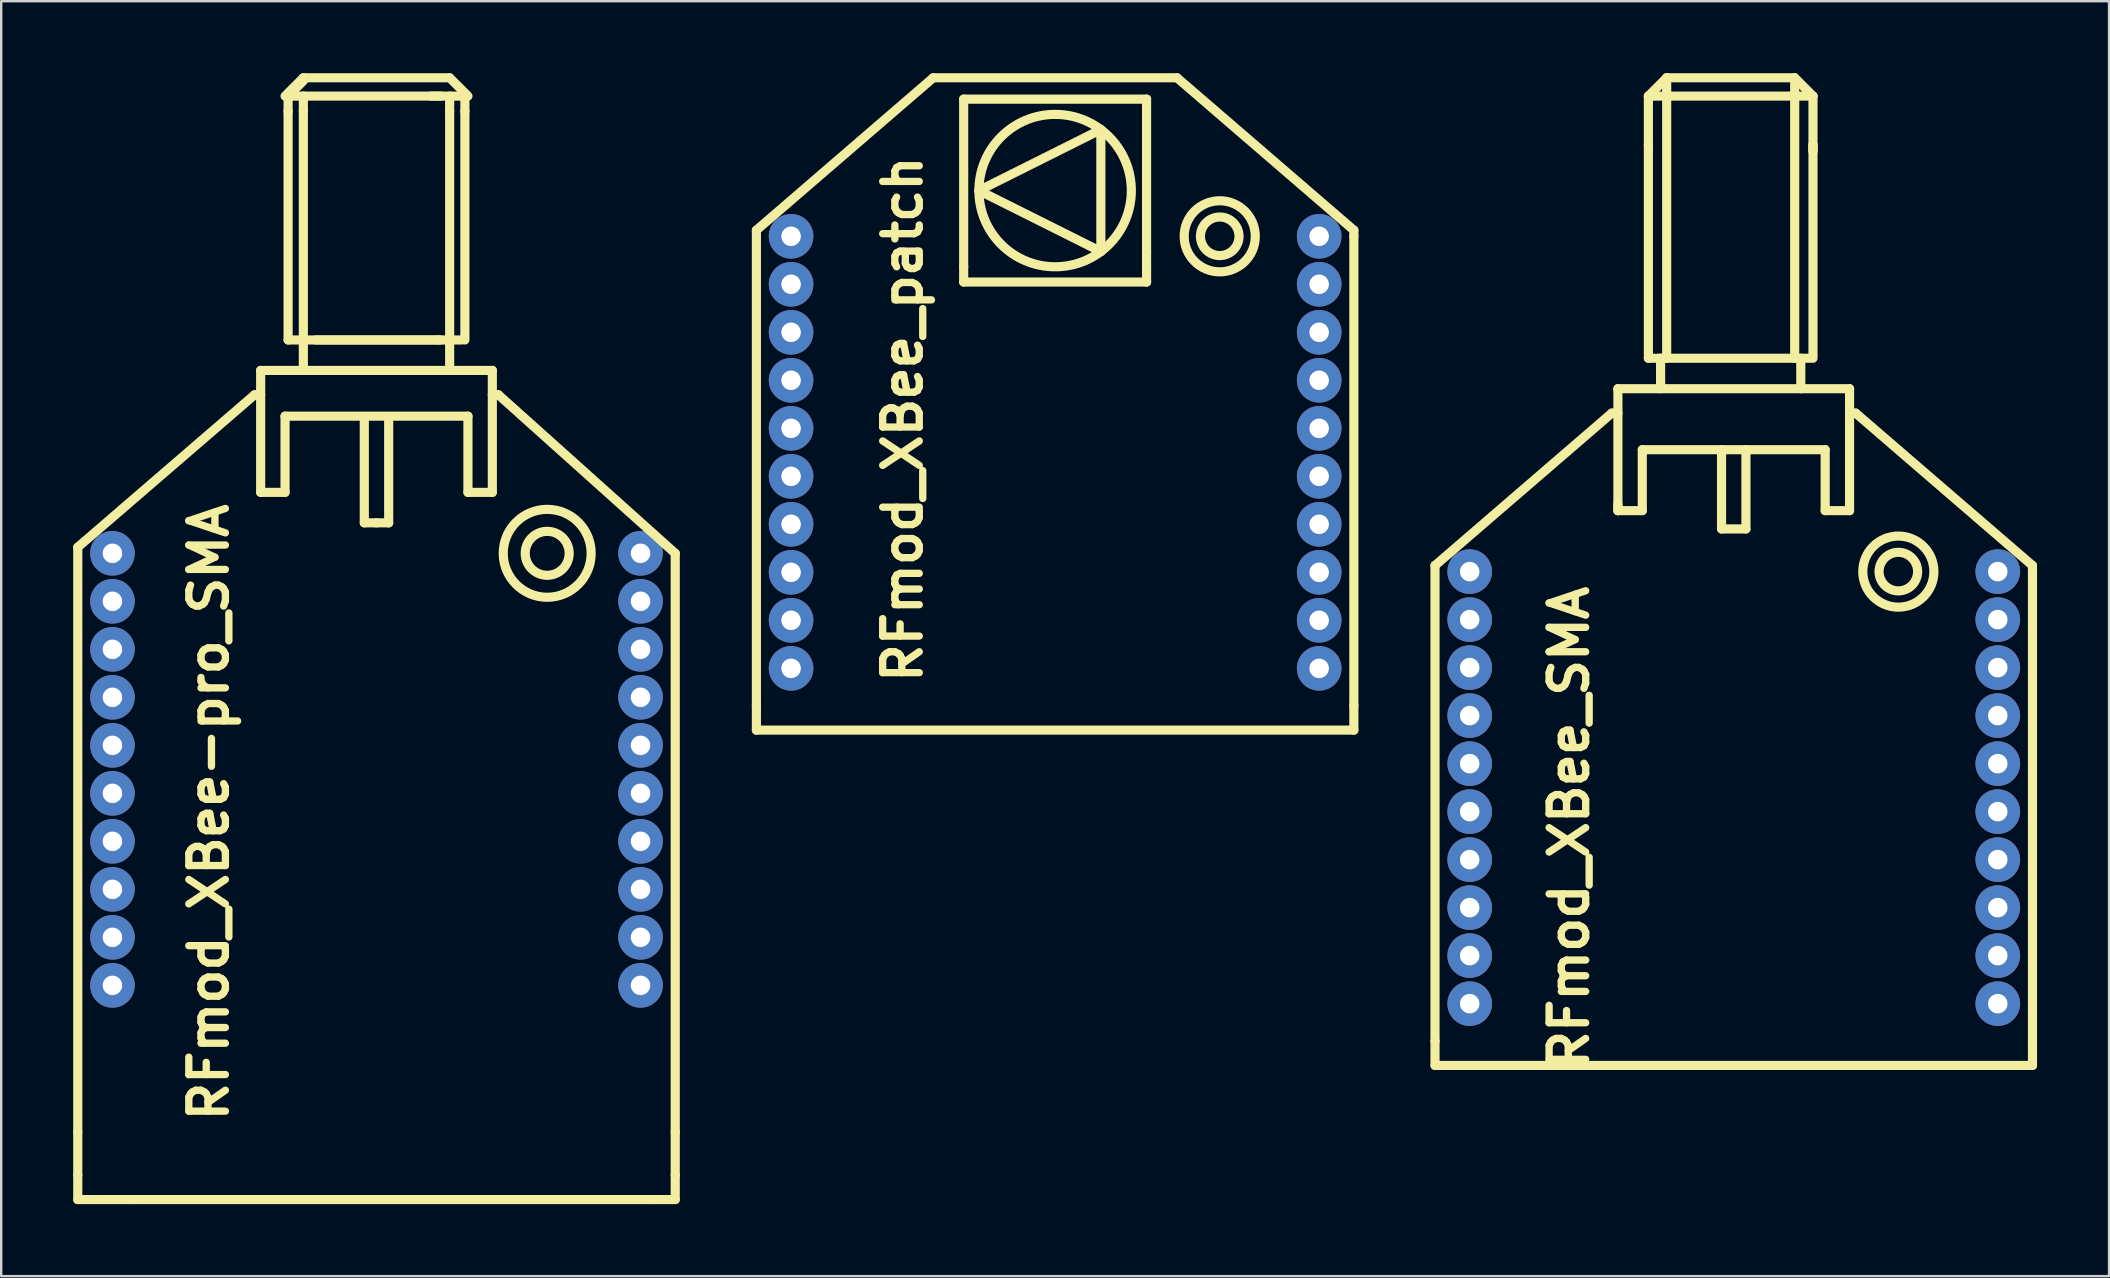
<source format=kicad_pcb>
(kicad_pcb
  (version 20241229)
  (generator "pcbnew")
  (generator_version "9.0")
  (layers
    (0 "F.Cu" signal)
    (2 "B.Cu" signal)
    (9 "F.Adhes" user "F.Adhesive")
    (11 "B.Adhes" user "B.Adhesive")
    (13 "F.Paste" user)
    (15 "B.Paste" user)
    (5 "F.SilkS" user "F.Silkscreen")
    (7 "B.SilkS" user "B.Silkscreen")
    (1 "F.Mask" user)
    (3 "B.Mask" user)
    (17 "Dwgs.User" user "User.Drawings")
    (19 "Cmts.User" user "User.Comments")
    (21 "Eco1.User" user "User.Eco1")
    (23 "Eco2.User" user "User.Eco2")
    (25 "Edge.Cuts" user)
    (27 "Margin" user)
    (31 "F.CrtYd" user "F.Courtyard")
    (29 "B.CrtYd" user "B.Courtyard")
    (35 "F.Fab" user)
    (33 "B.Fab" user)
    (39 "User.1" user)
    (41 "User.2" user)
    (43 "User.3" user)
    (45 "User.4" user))
  (footprint "RFmod_XBee_patch"
    (layer "F.Cu")
    (at 40.91 6.795)
    (property "Reference" "RFmod_XBee_patch" (at -6.35 7.62 90) (layer "F.SilkS") (effects (font (size 1.524 1.524) (thickness 0.305))))
    (attr through_hole)
    (fp_line (start -12.446 -0.254) (end -5.08 -6.604) (stroke (width 0.381) (type solid)) (layer "F.SilkS"))
    (fp_line (start -12.446 19.558) (end -12.446 -0.254) (stroke (width 0.381) (type solid)) (layer "F.SilkS"))
    (fp_line (start -12.446 19.558) (end -12.446 20.574) (stroke (width 0.381) (type solid)) (layer "F.SilkS"))
    (fp_line (start -12.446 20.574) (end 12.446 20.574) (stroke (width 0.381) (type solid)) (layer "F.SilkS"))
    (fp_line (start -5.08 -6.604) (end 5.08 -6.604) (stroke (width 0.381) (type solid)) (layer "F.SilkS"))
    (fp_line (start -3.81 -5.715) (end 3.81 -5.715) (stroke (width 0.381) (type solid)) (layer "F.SilkS"))
    (fp_line (start -3.81 1.27) (end -3.81 -5.715) (stroke (width 0.381) (type solid)) (layer "F.SilkS"))
    (fp_line (start -3.81 1.905) (end -3.81 1.27) (stroke (width 0.381) (type solid)) (layer "F.SilkS"))
    (fp_line (start -3.175 -1.905) (end 1.905 -4.445) (stroke (width 0.381) (type solid)) (layer "F.SilkS"))
    (fp_line (start 1.905 -4.445) (end 1.905 0.635) (stroke (width 0.381) (type solid)) (layer "F.SilkS"))
    (fp_line (start 1.905 0.635) (end -3.175 -1.905) (stroke (width 0.381) (type solid)) (layer "F.SilkS"))
    (fp_line (start 3.81 -5.715) (end 3.81 0.635) (stroke (width 0.381) (type solid)) (layer "F.SilkS"))
    (fp_line (start 3.81 0.635) (end 3.81 1.27) (stroke (width 0.381) (type solid)) (layer "F.SilkS"))
    (fp_line (start 3.81 1.905) (end -3.81 1.905) (stroke (width 0.381) (type solid)) (layer "F.SilkS"))
    (fp_line (start 3.81 1.905) (end 3.81 1.27) (stroke (width 0.381) (type solid)) (layer "F.SilkS"))
    (fp_line (start 12.446 -0.254) (end 5.08 -6.604) (stroke (width 0.381) (type solid)) (layer "F.SilkS"))
    (fp_line (start 12.446 0) (end 12.446 -0.254) (stroke (width 0.381) (type solid)) (layer "F.SilkS"))
    (fp_line (start 12.446 19.558) (end 12.446 0) (stroke (width 0.381) (type solid)) (layer "F.SilkS"))
    (fp_line (start 12.446 19.558) (end 12.446 20.574) (stroke (width 0.381) (type solid)) (layer "F.SilkS"))
    (fp_circle (center 0 -1.905) (end 2.54 -3.81) (stroke (width 0.381) (type solid)) (fill no) (layer "F.SilkS"))
    (fp_circle (center 6.858 0) (end 7.62 0.254) (stroke (width 0.381) (type solid)) (fill no) (layer "F.SilkS"))
    (fp_circle (center 6.858 0) (end 8.128 0.762) (stroke (width 0.381) (type solid)) (fill no) (layer "F.SilkS"))
    (pad "1" thru_hole circle (at -11.001 0) (size 1.859 1.859) (drill 0.813) (layers "*.Cu"))
    (pad "2" thru_hole circle (at -11.001 1.999) (size 1.859 1.859) (drill 0.813) (layers "*.Cu"))
    (pad "3" thru_hole circle (at -11.001 4) (size 1.859 1.859) (drill 0.813) (layers "*.Cu"))
    (pad "4" thru_hole circle (at -11.001 5.999) (size 1.859 1.859) (drill 0.813) (layers "*.Cu"))
    (pad "5" thru_hole circle (at -11.001 8.001) (size 1.859 1.859) (drill 0.813) (layers "*.Cu"))
    (pad "6" thru_hole circle (at -11.001 10) (size 1.859 1.859) (drill 0.813) (layers "*.Cu"))
    (pad "7" thru_hole circle (at -11.001 11.999) (size 1.859 1.859) (drill 0.813) (layers "*.Cu"))
    (pad "8" thru_hole circle (at -11.001 14) (size 1.859 1.859) (drill 0.813) (layers "*.Cu"))
    (pad "9" thru_hole circle (at -11.001 15.999) (size 1.859 1.859) (drill 0.813) (layers "*.Cu"))
    (pad "10" thru_hole circle (at -11.001 18.001) (size 1.859 1.859) (drill 0.813) (layers "*.Cu"))
    (pad "11" thru_hole circle (at 11.001 18.001) (size 1.859 1.859) (drill 0.813) (layers "*.Cu"))
    (pad "12" thru_hole circle (at 11.001 15.999) (size 1.859 1.859) (drill 0.813) (layers "*.Cu"))
    (pad "13" thru_hole circle (at 11.001 14) (size 1.859 1.859) (drill 0.813) (layers "*.Cu"))
    (pad "14" thru_hole circle (at 11.001 11.999) (size 1.859 1.859) (drill 0.813) (layers "*.Cu"))
    (pad "15" thru_hole circle (at 11.001 10) (size 1.859 1.859) (drill 0.813) (layers "*.Cu"))
    (pad "16" thru_hole circle (at 11.001 8.001) (size 1.859 1.859) (drill 0.813) (layers "*.Cu"))
    (pad "17" thru_hole circle (at 11.001 5.999) (size 1.859 1.859) (drill 0.813) (layers "*.Cu"))
    (pad "18" thru_hole circle (at 11.001 4) (size 1.859 1.859) (drill 0.813) (layers "*.Cu"))
    (pad "19" thru_hole circle (at 11.001 1.999) (size 1.859 1.859) (drill 0.813) (layers "*.Cu"))
    (pad "20" thru_hole circle (at 11.001 0) (size 1.859 1.859) (drill 0.813) (layers "*.Cu")))
  (footprint "RFmod_XBee-pro_SMA"
    (layer "F.Cu")
    (at 12.636 20.003)
    (property "Reference" "RFmod_XBee-pro_SMA" (at -6.985 10.795 90) (layer "F.SilkS") (effects (font (size 1.524 1.524) (thickness 0.305))))
    (attr through_hole)
    (fp_line (start -12.446 -0.254) (end -5.08 -6.604) (stroke (width 0.381) (type solid)) (layer "F.SilkS"))
    (fp_line (start -12.446 24.13) (end -12.446 -0.254) (stroke (width 0.381) (type solid)) (layer "F.SilkS"))
    (fp_line (start -12.446 24.13) (end -12.446 25.908) (stroke (width 0.381) (type solid)) (layer "F.SilkS"))
    (fp_line (start -12.446 25.908) (end -12.446 26.924) (stroke (width 0.381) (type solid)) (layer "F.SilkS"))
    (fp_line (start -10.16 26.924) (end -12.446 26.924) (stroke (width 0.381) (type solid)) (layer "F.SilkS"))
    (fp_line (start -10.16 26.924) (end 11.43 26.924) (stroke (width 0.381) (type solid)) (layer "F.SilkS"))
    (fp_line (start -5.08 -6.604) (end -4.826 -6.604) (stroke (width 0.381) (type solid)) (layer "F.SilkS"))
    (fp_line (start -4.826 -7.62) (end 4.826 -7.62) (stroke (width 0.381) (type solid)) (layer "F.SilkS"))
    (fp_line (start -4.826 -2.54) (end -4.826 -7.62) (stroke (width 0.381) (type solid)) (layer "F.SilkS"))
    (fp_line (start -3.81 -5.715) (end 3.81 -5.715) (stroke (width 0.381) (type solid)) (layer "F.SilkS"))
    (fp_line (start -3.81 -2.54) (end -4.826 -2.54) (stroke (width 0.381) (type solid)) (layer "F.SilkS"))
    (fp_line (start -3.81 -2.54) (end -3.81 -5.715) (stroke (width 0.381) (type solid)) (layer "F.SilkS"))
    (fp_line (start -3.683 -19.05) (end 2.667 -19.05) (stroke (width 0.381) (type solid)) (layer "F.SilkS"))
    (fp_line (start -3.683 -18.415) (end -3.683 -19.05) (stroke (width 0.381) (type solid)) (layer "F.SilkS"))
    (fp_line (start -3.683 -18.415) (end -3.683 -8.89) (stroke (width 0.381) (type solid)) (layer "F.SilkS"))
    (fp_line (start -3.683 -8.89) (end 2.667 -8.89) (stroke (width 0.381) (type solid)) (layer "F.SilkS"))
    (fp_line (start -3.048 -19.812) (end -3.81 -19.05) (stroke (width 0.381) (type solid)) (layer "F.SilkS"))
    (fp_line (start -3.048 -19.685) (end -3.683 -19.05) (stroke (width 0.381) (type solid)) (layer "F.SilkS"))
    (fp_line (start -3.048 -18.415) (end -3.048 -19.05) (stroke (width 0.381) (type solid)) (layer "F.SilkS"))
    (fp_line (start -3.048 -18.415) (end -3.048 -8.89) (stroke (width 0.381) (type solid)) (layer "F.SilkS"))
    (fp_line (start -3.048 -7.62) (end -3.048 -8.89) (stroke (width 0.381) (type solid)) (layer "F.SilkS"))
    (fp_line (start -0.508 -1.27) (end -0.508 -5.588) (stroke (width 0.381) (type solid)) (layer "F.SilkS"))
    (fp_line (start 0 -1.27) (end -0.508 -1.27) (stroke (width 0.381) (type solid)) (layer "F.SilkS"))
    (fp_line (start 0.508 -5.588) (end 0.508 -1.27) (stroke (width 0.381) (type solid)) (layer "F.SilkS"))
    (fp_line (start 0.508 -1.27) (end 0 -1.27) (stroke (width 0.381) (type solid)) (layer "F.SilkS"))
    (fp_line (start 2.54 -8.89) (end -2.54 -8.89) (stroke (width 0.381) (type solid)) (layer "F.SilkS"))
    (fp_line (start 2.54 -8.89) (end 3.556 -8.89) (stroke (width 0.381) (type solid)) (layer "F.SilkS"))
    (fp_line (start 3.048 -19.812) (end -3.048 -19.812) (stroke (width 0.381) (type solid)) (layer "F.SilkS"))
    (fp_line (start 3.048 -18.415) (end 3.048 -19.05) (stroke (width 0.381) (type solid)) (layer "F.SilkS"))
    (fp_line (start 3.048 -18.415) (end 3.048 -8.89) (stroke (width 0.381) (type solid)) (layer "F.SilkS"))
    (fp_line (start 3.048 -8.89) (end 3.048 -7.62) (stroke (width 0.381) (type solid)) (layer "F.SilkS"))
    (fp_line (start 3.556 -19.05) (end 2.286 -19.05) (stroke (width 0.381) (type solid)) (layer "F.SilkS"))
    (fp_line (start 3.683 -18.415) (end 3.683 -19.05) (stroke (width 0.381) (type solid)) (layer "F.SilkS"))
    (fp_line (start 3.683 -8.89) (end 3.683 -18.415) (stroke (width 0.381) (type solid)) (layer "F.SilkS"))
    (fp_line (start 3.81 -19.05) (end 3.048 -19.812) (stroke (width 0.381) (type solid)) (layer "F.SilkS"))
    (fp_line (start 3.81 -5.715) (end 3.81 -2.54) (stroke (width 0.381) (type solid)) (layer "F.SilkS"))
    (fp_line (start 4.826 -2.54) (end 3.81 -2.54) (stroke (width 0.381) (type solid)) (layer "F.SilkS"))
    (fp_line (start 4.826 -2.54) (end 4.826 -7.62) (stroke (width 0.381) (type solid)) (layer "F.SilkS"))
    (fp_line (start 5.08 -6.604) (end 4.826 -6.604) (stroke (width 0.381) (type solid)) (layer "F.SilkS"))
    (fp_line (start 5.08 -6.604) (end 12.446 0) (stroke (width 0.381) (type solid)) (layer "F.SilkS"))
    (fp_line (start 11.43 26.924) (end 12.446 26.924) (stroke (width 0.381) (type solid)) (layer "F.SilkS"))
    (fp_line (start 12.446 0) (end 12.446 24.13) (stroke (width 0.381) (type solid)) (layer "F.SilkS"))
    (fp_line (start 12.446 24.13) (end 12.446 25.908) (stroke (width 0.381) (type solid)) (layer "F.SilkS"))
    (fp_line (start 12.446 25.908) (end 12.446 26.924) (stroke (width 0.381) (type solid)) (layer "F.SilkS"))
    (fp_circle (center 7.112 0) (end 7.874 0.508) (stroke (width 0.381) (type solid)) (fill no) (layer "F.SilkS"))
    (fp_circle (center 7.112 0) (end 8.636 1.016) (stroke (width 0.381) (type solid)) (fill no) (layer "F.SilkS"))
    (pad "1" thru_hole circle (at -11.001 0) (size 1.859 1.859) (drill 0.813) (layers "*.Cu"))
    (pad "2" thru_hole circle (at -11.001 1.999) (size 1.859 1.859) (drill 0.813) (layers "*.Cu"))
    (pad "3" thru_hole circle (at -11.001 4) (size 1.859 1.859) (drill 0.813) (layers "*.Cu"))
    (pad "4" thru_hole circle (at -11.001 5.999) (size 1.859 1.859) (drill 0.813) (layers "*.Cu"))
    (pad "5" thru_hole circle (at -11.001 8.001) (size 1.859 1.859) (drill 0.813) (layers "*.Cu"))
    (pad "6" thru_hole circle (at -11.001 10) (size 1.859 1.859) (drill 0.813) (layers "*.Cu"))
    (pad "7" thru_hole circle (at -11.001 11.999) (size 1.859 1.859) (drill 0.813) (layers "*.Cu"))
    (pad "8" thru_hole circle (at -11.001 14) (size 1.859 1.859) (drill 0.813) (layers "*.Cu"))
    (pad "9" thru_hole circle (at -11.001 15.999) (size 1.859 1.859) (drill 0.813) (layers "*.Cu"))
    (pad "10" thru_hole circle (at -11.001 18.001) (size 1.859 1.859) (drill 0.813) (layers "*.Cu"))
    (pad "11" thru_hole circle (at 11.001 18.001) (size 1.859 1.859) (drill 0.813) (layers "*.Cu"))
    (pad "12" thru_hole circle (at 11.001 15.999) (size 1.859 1.859) (drill 0.813) (layers "*.Cu"))
    (pad "13" thru_hole circle (at 11.001 14) (size 1.859 1.859) (drill 0.813) (layers "*.Cu"))
    (pad "14" thru_hole circle (at 11.001 11.999) (size 1.859 1.859) (drill 0.813) (layers "*.Cu"))
    (pad "15" thru_hole circle (at 11.001 10) (size 1.859 1.859) (drill 0.813) (layers "*.Cu"))
    (pad "16" thru_hole circle (at 11.001 8.001) (size 1.859 1.859) (drill 0.813) (layers "*.Cu"))
    (pad "17" thru_hole circle (at 11.001 5.999) (size 1.859 1.859) (drill 0.813) (layers "*.Cu"))
    (pad "18" thru_hole circle (at 11.001 4) (size 1.859 1.859) (drill 0.813) (layers "*.Cu"))
    (pad "19" thru_hole circle (at 11.001 1.999) (size 1.859 1.859) (drill 0.813) (layers "*.Cu"))
    (pad "20" thru_hole circle (at 11.001 0) (size 1.859 1.859) (drill 0.813) (layers "*.Cu")))
  (footprint "RFmod_XBee_SMA"
    (layer "F.Cu")
    (at 69.183 20.765)
    (property "Reference" "RFmod_XBee_SMA" (at -6.858 10.668 90) (layer "F.SilkS") (effects (font (size 1.524 1.524) (thickness 0.305))))
    (attr through_hole)
    (fp_line (start -12.446 -0.254) (end -5.08 -6.604) (stroke (width 0.381) (type solid)) (layer "F.SilkS"))
    (fp_line (start -12.446 19.558) (end -12.446 -0.254) (stroke (width 0.381) (type solid)) (layer "F.SilkS"))
    (fp_line (start -12.446 19.558) (end -12.446 20.574) (stroke (width 0.381) (type solid)) (layer "F.SilkS"))
    (fp_line (start -12.446 20.574) (end 12.446 20.574) (stroke (width 0.381) (type solid)) (layer "F.SilkS"))
    (fp_line (start -5.08 -6.604) (end -4.826 -6.604) (stroke (width 0.381) (type solid)) (layer "F.SilkS"))
    (fp_line (start -4.826 -7.62) (end 4.826 -7.62) (stroke (width 0.381) (type solid)) (layer "F.SilkS"))
    (fp_line (start -4.826 -2.794) (end -4.826 -2.54) (stroke (width 0.381) (type solid)) (layer "F.SilkS"))
    (fp_line (start -4.826 -2.54) (end -4.826 -7.62) (stroke (width 0.381) (type solid)) (layer "F.SilkS"))
    (fp_line (start -4.826 -2.54) (end -3.81 -2.54) (stroke (width 0.381) (type solid)) (layer "F.SilkS"))
    (fp_line (start -3.81 -5.08) (end 3.81 -5.08) (stroke (width 0.381) (type solid)) (layer "F.SilkS"))
    (fp_line (start -3.81 -2.54) (end -3.81 -5.08) (stroke (width 0.381) (type solid)) (layer "F.SilkS"))
    (fp_line (start -3.556 -19.812) (end -2.794 -20.574) (stroke (width 0.381) (type solid)) (layer "F.SilkS"))
    (fp_line (start -3.556 -17.78) (end -3.556 -19.812) (stroke (width 0.381) (type solid)) (layer "F.SilkS"))
    (fp_line (start -3.556 -17.78) (end -3.556 -8.89) (stroke (width 0.381) (type solid)) (layer "F.SilkS"))
    (fp_line (start -3.302 -8.89) (end -3.556 -8.89) (stroke (width 0.381) (type solid)) (layer "F.SilkS"))
    (fp_line (start -3.175 -8.89) (end 3.175 -8.89) (stroke (width 0.381) (type solid)) (layer "F.SilkS"))
    (fp_line (start -3.048 -8.89) (end -3.048 -7.874) (stroke (width 0.381) (type solid)) (layer "F.SilkS"))
    (fp_line (start -3.048 -7.874) (end -3.048 -7.62) (stroke (width 0.381) (type solid)) (layer "F.SilkS"))
    (fp_line (start -2.794 -20.574) (end -2.794 -8.89) (stroke (width 0.381) (type solid)) (layer "F.SilkS"))
    (fp_line (start -2.794 -20.574) (end 2.54 -20.574) (stroke (width 0.381) (type solid)) (layer "F.SilkS"))
    (fp_line (start -0.508 -2.54) (end -0.508 -5.08) (stroke (width 0.381) (type solid)) (layer "F.SilkS"))
    (fp_line (start -0.508 -2.54) (end -0.508 -1.778) (stroke (width 0.381) (type solid)) (layer "F.SilkS"))
    (fp_line (start -0.508 -1.778) (end 0.508 -1.778) (stroke (width 0.381) (type solid)) (layer "F.SilkS"))
    (fp_line (start 0.508 -1.778) (end 0.508 -5.08) (stroke (width 0.381) (type solid)) (layer "F.SilkS"))
    (fp_line (start 2.54 -20.574) (end 2.54 -8.89) (stroke (width 0.381) (type solid)) (layer "F.SilkS"))
    (fp_line (start 2.54 -20.574) (end 3.302 -19.812) (stroke (width 0.381) (type solid)) (layer "F.SilkS"))
    (fp_line (start 2.794 -8.89) (end 2.794 -7.62) (stroke (width 0.381) (type solid)) (layer "F.SilkS"))
    (fp_line (start 3.302 -19.812) (end -3.556 -19.812) (stroke (width 0.381) (type solid)) (layer "F.SilkS"))
    (fp_line (start 3.302 -19.812) (end 3.302 -17.526) (stroke (width 0.381) (type solid)) (layer "F.SilkS"))
    (fp_line (start 3.302 -17.78) (end 3.302 -8.89) (stroke (width 0.381) (type solid)) (layer "F.SilkS"))
    (fp_line (start 3.302 -17.526) (end 3.302 -17.78) (stroke (width 0.381) (type solid)) (layer "F.SilkS"))
    (fp_line (start 3.81 -5.08) (end 3.81 -2.54) (stroke (width 0.381) (type solid)) (layer "F.SilkS"))
    (fp_line (start 4.826 -7.62) (end 4.826 -2.54) (stroke (width 0.381) (type solid)) (layer "F.SilkS"))
    (fp_line (start 4.826 -2.54) (end 3.81 -2.54) (stroke (width 0.381) (type solid)) (layer "F.SilkS"))
    (fp_line (start 5.08 -6.604) (end 4.826 -6.604) (stroke (width 0.381) (type solid)) (layer "F.SilkS"))
    (fp_line (start 12.446 -0.254) (end 5.08 -6.604) (stroke (width 0.381) (type solid)) (layer "F.SilkS"))
    (fp_line (start 12.446 0) (end 12.446 -0.254) (stroke (width 0.381) (type solid)) (layer "F.SilkS"))
    (fp_line (start 12.446 19.558) (end 12.446 0) (stroke (width 0.381) (type solid)) (layer "F.SilkS"))
    (fp_line (start 12.446 19.558) (end 12.446 20.574) (stroke (width 0.381) (type solid)) (layer "F.SilkS"))
    (fp_circle (center 6.858 0) (end 7.62 0.254) (stroke (width 0.381) (type solid)) (fill no) (layer "F.SilkS"))
    (fp_circle (center 6.858 0) (end 8.128 0.762) (stroke (width 0.381) (type solid)) (fill no) (layer "F.SilkS"))
    (pad "1" thru_hole circle (at -11.001 0) (size 1.859 1.859) (drill 0.813) (layers "*.Cu"))
    (pad "2" thru_hole circle (at -11.001 1.999) (size 1.859 1.859) (drill 0.813) (layers "*.Cu"))
    (pad "3" thru_hole circle (at -11.001 4) (size 1.859 1.859) (drill 0.813) (layers "*.Cu"))
    (pad "4" thru_hole circle (at -11.001 5.999) (size 1.859 1.859) (drill 0.813) (layers "*.Cu"))
    (pad "5" thru_hole circle (at -11.001 8.001) (size 1.859 1.859) (drill 0.813) (layers "*.Cu"))
    (pad "6" thru_hole circle (at -11.001 10) (size 1.859 1.859) (drill 0.813) (layers "*.Cu"))
    (pad "7" thru_hole circle (at -11.001 11.999) (size 1.859 1.859) (drill 0.813) (layers "*.Cu"))
    (pad "8" thru_hole circle (at -11.001 14) (size 1.859 1.859) (drill 0.813) (layers "*.Cu"))
    (pad "9" thru_hole circle (at -11.001 15.999) (size 1.859 1.859) (drill 0.813) (layers "*.Cu"))
    (pad "10" thru_hole circle (at -11.001 18.001) (size 1.859 1.859) (drill 0.813) (layers "*.Cu"))
    (pad "11" thru_hole circle (at 11.001 18.001) (size 1.859 1.859) (drill 0.813) (layers "*.Cu"))
    (pad "12" thru_hole circle (at 11.001 15.999) (size 1.859 1.859) (drill 0.813) (layers "*.Cu"))
    (pad "13" thru_hole circle (at 11.001 14) (size 1.859 1.859) (drill 0.813) (layers "*.Cu"))
    (pad "14" thru_hole circle (at 11.001 11.999) (size 1.859 1.859) (drill 0.813) (layers "*.Cu"))
    (pad "15" thru_hole circle (at 11.001 10) (size 1.859 1.859) (drill 0.813) (layers "*.Cu"))
    (pad "16" thru_hole circle (at 11.001 8.001) (size 1.859 1.859) (drill 0.813) (layers "*.Cu"))
    (pad "17" thru_hole circle (at 11.001 5.999) (size 1.859 1.859) (drill 0.813) (layers "*.Cu"))
    (pad "18" thru_hole circle (at 11.001 4) (size 1.859 1.859) (drill 0.813) (layers "*.Cu"))
    (pad "19" thru_hole circle (at 11.001 1.999) (size 1.859 1.859) (drill 0.813) (layers "*.Cu"))
    (pad "20" thru_hole circle (at 11.001 0) (size 1.859 1.859) (drill 0.813) (layers "*.Cu")))
  (gr_rect
    (start -3 -3)
    (end 84.819 50.117)
    (stroke (width 0.1) (type default))
    (fill no)
    (layer "Edge.Cuts")))
</source>
